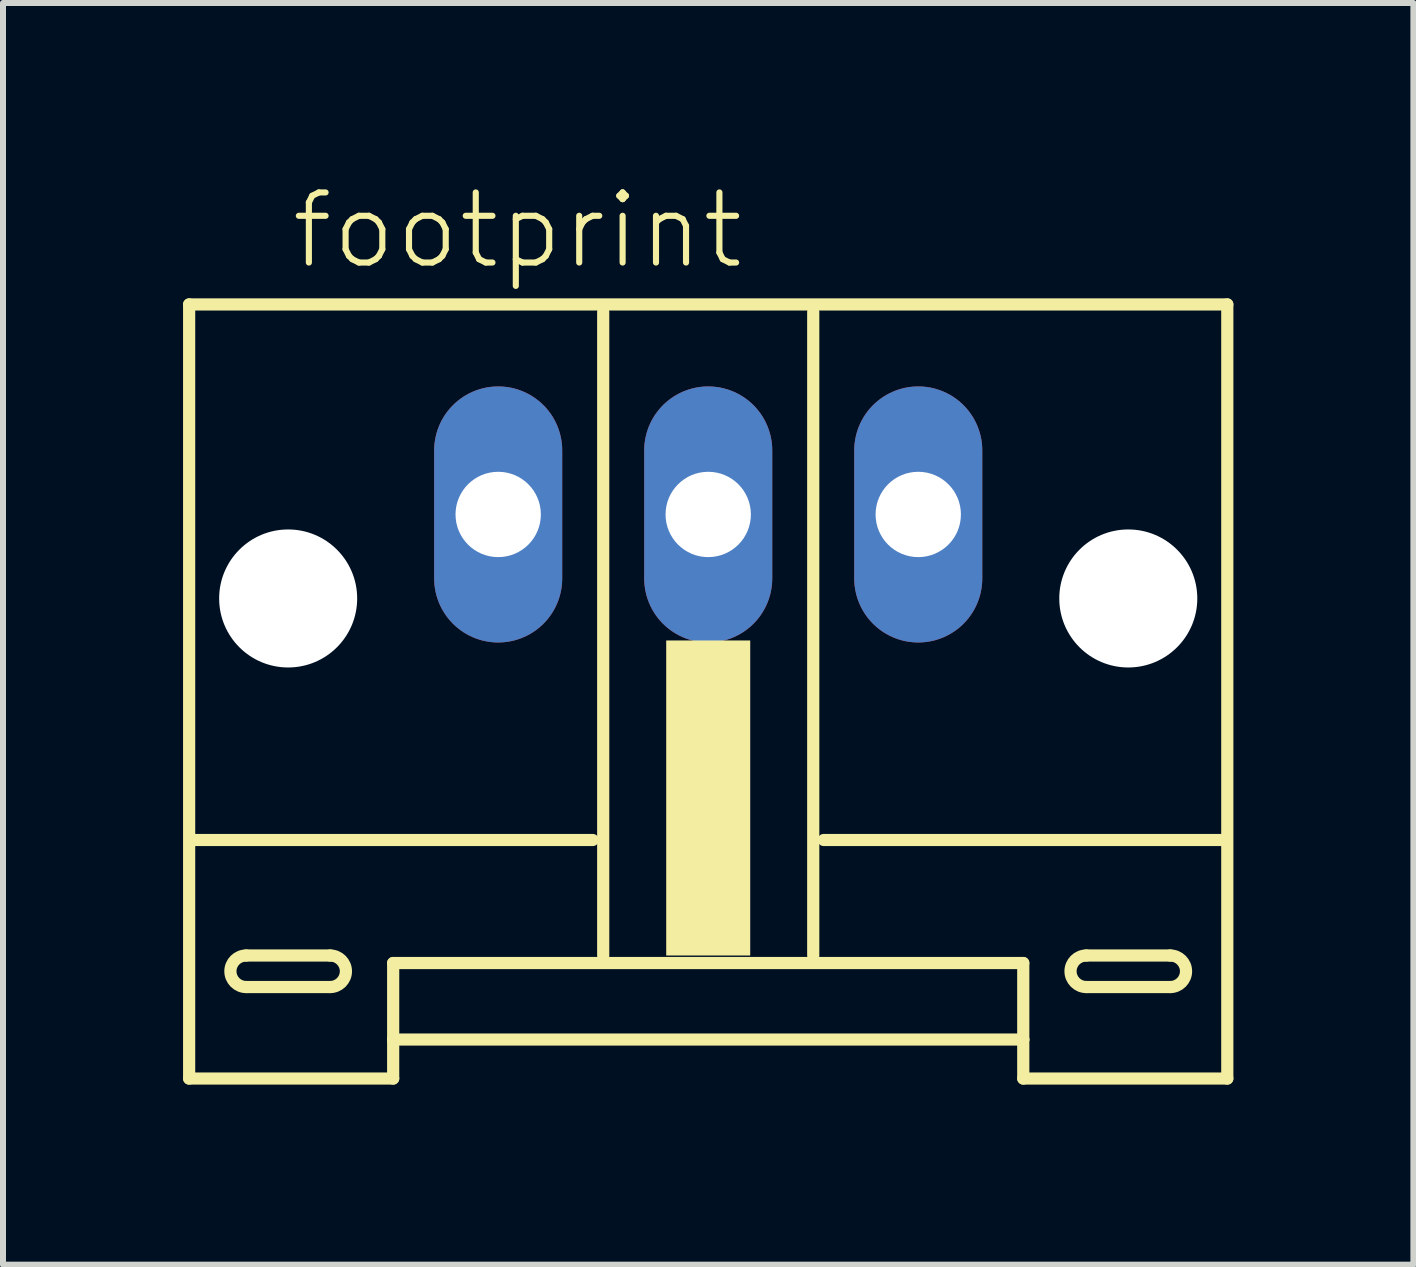
<source format=kicad_pcb>
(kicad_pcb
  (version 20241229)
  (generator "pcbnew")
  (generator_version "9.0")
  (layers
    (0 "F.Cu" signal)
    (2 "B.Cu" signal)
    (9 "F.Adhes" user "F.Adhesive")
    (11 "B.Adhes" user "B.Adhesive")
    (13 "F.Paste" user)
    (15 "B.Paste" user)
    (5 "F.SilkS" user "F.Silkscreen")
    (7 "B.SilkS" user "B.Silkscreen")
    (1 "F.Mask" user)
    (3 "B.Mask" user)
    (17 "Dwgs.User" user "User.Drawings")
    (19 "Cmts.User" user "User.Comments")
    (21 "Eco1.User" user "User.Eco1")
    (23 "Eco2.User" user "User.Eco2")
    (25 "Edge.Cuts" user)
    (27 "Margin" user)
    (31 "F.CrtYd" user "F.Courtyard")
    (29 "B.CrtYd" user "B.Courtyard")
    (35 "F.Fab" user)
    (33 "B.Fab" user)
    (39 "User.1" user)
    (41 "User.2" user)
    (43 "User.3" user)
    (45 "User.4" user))
  (footprint "footprint"
    (layer "F.Cu")
    (at 8.752 7.273)
    (property "Reference" "footprint" (at -7 -5.8 0) (layer "F.SilkS") (effects (font (size 1.168 1.168) (thickness 0.102)) (justify left bottom)))
    (fp_line (start -8.65 -5.25) (end -8.65 7.65) (stroke (width 0.203) (type solid)) (layer "F.SilkS"))
    (fp_line (start -8.65 7.65) (end -5.25 7.65) (stroke (width 0.203) (type solid)) (layer "F.SilkS"))
    (fp_line (start -7.7 5.6) (end -6.3 5.6) (stroke (width 0.203) (type solid)) (layer "F.SilkS"))
    (fp_line (start -6.3 6.125) (end -7.7 6.125) (stroke (width 0.203) (type solid)) (layer "F.SilkS"))
    (fp_line (start -5.25 5.725) (end 5.25 5.725) (stroke (width 0.203) (type solid)) (layer "F.SilkS"))
    (fp_line (start -5.25 7) (end -5.25 5.725) (stroke (width 0.203) (type solid)) (layer "F.SilkS"))
    (fp_line (start -5.25 7) (end 5.25 7) (stroke (width 0.203) (type solid)) (layer "F.SilkS"))
    (fp_line (start -5.25 7.65) (end -5.25 7) (stroke (width 0.203) (type solid)) (layer "F.SilkS"))
    (fp_line (start -1.925 3.675) (end -8.575 3.675) (stroke (width 0.203) (type solid)) (layer "F.SilkS"))
    (fp_line (start -1.75 -5.125) (end -1.75 5.6) (stroke (width 0.203) (type solid)) (layer "F.SilkS"))
    (fp_line (start 1.75 5.6) (end 1.75 -5.125) (stroke (width 0.203) (type solid)) (layer "F.SilkS"))
    (fp_line (start 5.25 5.725) (end 5.25 7) (stroke (width 0.203) (type solid)) (layer "F.SilkS"))
    (fp_line (start 5.25 7) (end 5.25 7.65) (stroke (width 0.203) (type solid)) (layer "F.SilkS"))
    (fp_line (start 5.25 7.65) (end 8.65 7.65) (stroke (width 0.203) (type solid)) (layer "F.SilkS"))
    (fp_line (start 6.3 5.6) (end 7.7 5.6) (stroke (width 0.203) (type solid)) (layer "F.SilkS"))
    (fp_line (start 7.7 6.125) (end 6.3 6.125) (stroke (width 0.203) (type solid)) (layer "F.SilkS"))
    (fp_line (start 8.575 3.675) (end 1.925 3.675) (stroke (width 0.203) (type solid)) (layer "F.SilkS"))
    (fp_line (start 8.65 -5.25) (end -8.65 -5.25) (stroke (width 0.203) (type solid)) (layer "F.SilkS"))
    (fp_line (start 8.65 7.65) (end 8.65 -5.25) (stroke (width 0.203) (type solid)) (layer "F.SilkS"))
    (fp_arc (start -7.7 6.125) (mid -7.9625 5.8625) (end -7.7 5.6) (stroke (width 0.2032) (type solid)) (layer "F.SilkS"))
    (fp_arc (start -6.3 5.6) (mid -6.0375 5.8625) (end -6.3 6.125) (stroke (width 0.2032) (type solid)) (layer "F.SilkS"))
    (fp_arc (start 6.3 6.125) (mid 6.0375 5.8625) (end 6.3 5.6) (stroke (width 0.2032) (type solid)) (layer "F.SilkS"))
    (fp_arc (start 7.7 5.6) (mid 7.9625 5.8625) (end 7.7 6.125) (stroke (width 0.2032) (type solid)) (layer "F.SilkS"))
    (fp_poly (pts (xy -0.7 5.6) (xy 0.7 5.6) (xy 0.7 0.35) (xy -0.7 0.35)) (stroke (width 0) (type solid)) (fill yes) (layer "F.SilkS"))
    (pad "" np_thru_hole circle (at -7 -0.35) (size 2.3 2.3) (drill 2.3) (layers "*.Cu" "*.Mask"))
    (pad "" np_thru_hole circle (at 7 -0.35) (size 2.3 2.3) (drill 2.3) (layers "*.Cu" "*.Mask"))
    (pad "1" thru_hole oval (at -3.5 -1.75 90) (size 4.267 2.134) (drill 1.422) (layers "*.Cu" "*.Mask"))
    (pad "2" thru_hole oval (at 0 -1.75 90) (size 4.267 2.134) (drill 1.422) (layers "*.Cu" "*.Mask"))
    (pad "3" thru_hole oval (at 3.5 -1.75 90) (size 4.267 2.134) (drill 1.422) (layers "*.Cu" "*.Mask")))
  (gr_rect
    (start -3 -3)
    (end 20.503 18.025)
    (stroke (width 0.1) (type default))
    (fill no)
    (layer "Edge.Cuts")))
</source>
